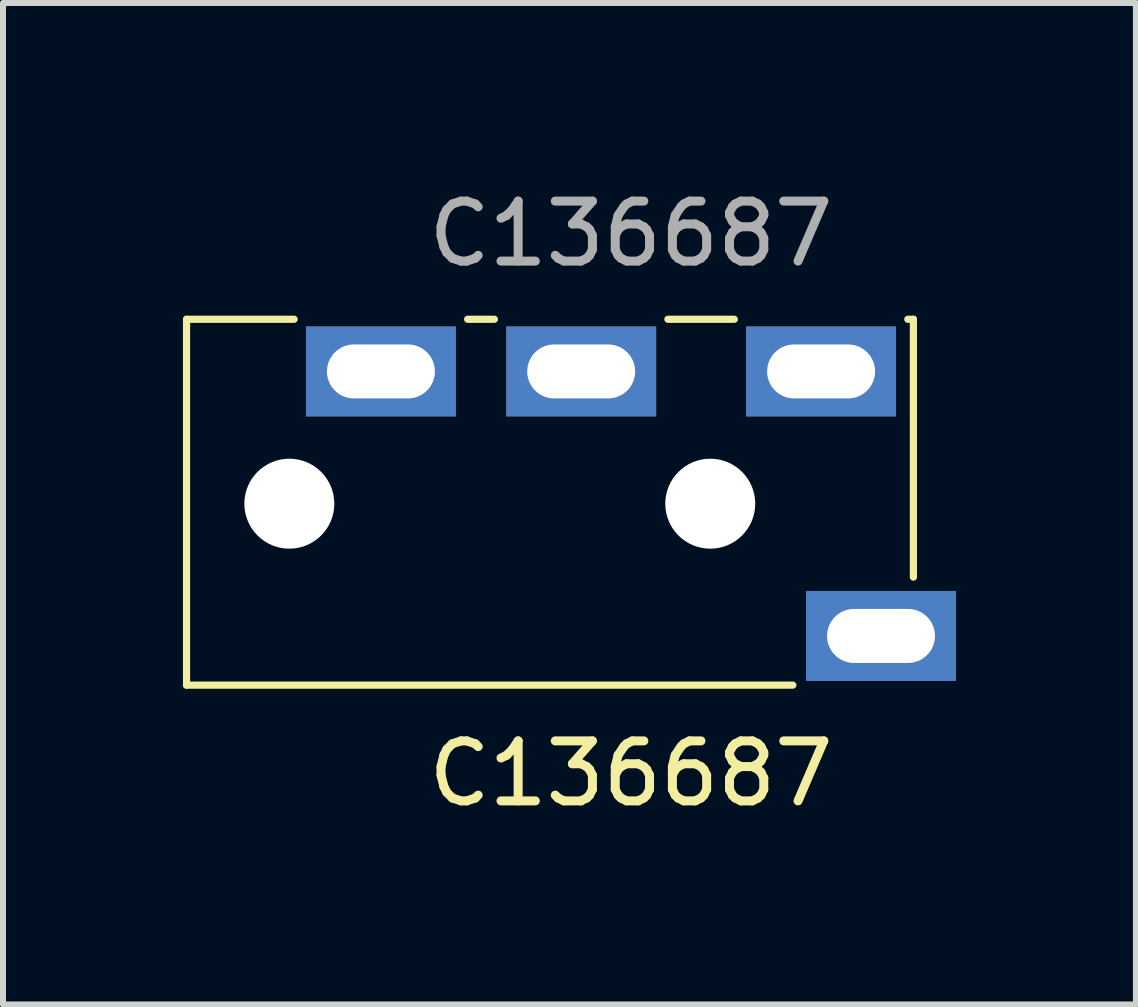
<source format=kicad_pcb>
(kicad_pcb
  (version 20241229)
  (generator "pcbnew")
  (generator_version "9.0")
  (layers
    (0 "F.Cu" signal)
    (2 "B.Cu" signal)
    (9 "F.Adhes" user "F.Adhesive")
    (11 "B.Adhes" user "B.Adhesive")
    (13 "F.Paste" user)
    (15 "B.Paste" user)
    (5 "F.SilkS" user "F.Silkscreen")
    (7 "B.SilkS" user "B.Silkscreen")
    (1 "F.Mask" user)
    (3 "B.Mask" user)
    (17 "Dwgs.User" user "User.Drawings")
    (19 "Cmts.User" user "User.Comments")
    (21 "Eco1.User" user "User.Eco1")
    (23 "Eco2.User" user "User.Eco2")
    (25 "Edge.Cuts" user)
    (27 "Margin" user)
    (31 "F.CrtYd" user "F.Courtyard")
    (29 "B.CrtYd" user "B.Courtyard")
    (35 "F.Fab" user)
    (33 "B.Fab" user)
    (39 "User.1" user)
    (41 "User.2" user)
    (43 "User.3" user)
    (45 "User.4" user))
  (footprint "C136687"
    (layer "F.Cu")
    (at 7.47 5.348)
    (property "Reference" "C136687" (at 0 4.5 0) (unlocked yes) (layer "F.SilkS") (effects (font (size 1 1) (thickness 0.15))))
    (attr through_hole)
    (fp_line (start -7.41 -3.075) (end -7.41 3.025) (stroke (width 0.12) (type solid)) (layer "F.SilkS"))
    (fp_line (start -7.41 -3.075) (end -5.616 -3.075) (stroke (width 0.12) (type solid)) (layer "F.SilkS"))
    (fp_line (start -7.41 3.025) (end 2.699 3.025) (stroke (width 0.12) (type solid)) (layer "F.SilkS"))
    (fp_line (start -2.723 -3.075) (end -2.277 -3.075) (stroke (width 0.12) (type solid)) (layer "F.SilkS"))
    (fp_line (start 0.616 -3.075) (end 1.723 -3.075) (stroke (width 0.12) (type solid)) (layer "F.SilkS"))
    (fp_line (start 4.616 -3.075) (end 4.709 -3.075) (stroke (width 0.12) (type solid)) (layer "F.SilkS"))
    (fp_line (start 4.709 -3.075) (end 4.709 1.224) (stroke (width 0.12) (type solid)) (layer "F.SilkS"))
    (fp_text user "${REFERENCE}" (at 0 -4.5 0) (unlocked yes) (layer "F.Fab") (effects (font (size 1 1) (thickness 0.15))))
    (pad "" np_thru_hole circle (at -5.696 0) (size 1.5 1.5) (drill 1.5) (layers "*.Cu" "*.Mask"))
    (pad "" np_thru_hole circle (at 1.322 0) (size 1.5 1.5) (drill 1.5) (layers "*.Cu" "*.Mask"))
    (pad "R1" thru_hole rect (at -0.83 -2.205 90) (size 1.5 2.5) (drill oval 0.9 1.8) (layers "*.Cu" "*.Mask"))
    (pad "R2" thru_hole rect (at -4.169 -2.205 90) (size 1.5 2.5) (drill oval 0.9 1.8) (layers "*.Cu" "*.Mask"))
    (pad "S" thru_hole rect (at 4.169 2.205 90) (size 1.5 2.5) (drill oval 0.9 1.8) (layers "*.Cu" "*.Mask"))
    (pad "T" thru_hole rect (at 3.17 -2.205 90) (size 1.5 2.5) (drill oval 0.9 1.8) (layers "*.Cu" "*.Mask")))
  (gr_rect
    (start -3 -3)
    (end 15.889 13.697)
    (stroke (width 0.1) (type default))
    (fill no)
    (layer "Edge.Cuts")))
</source>
